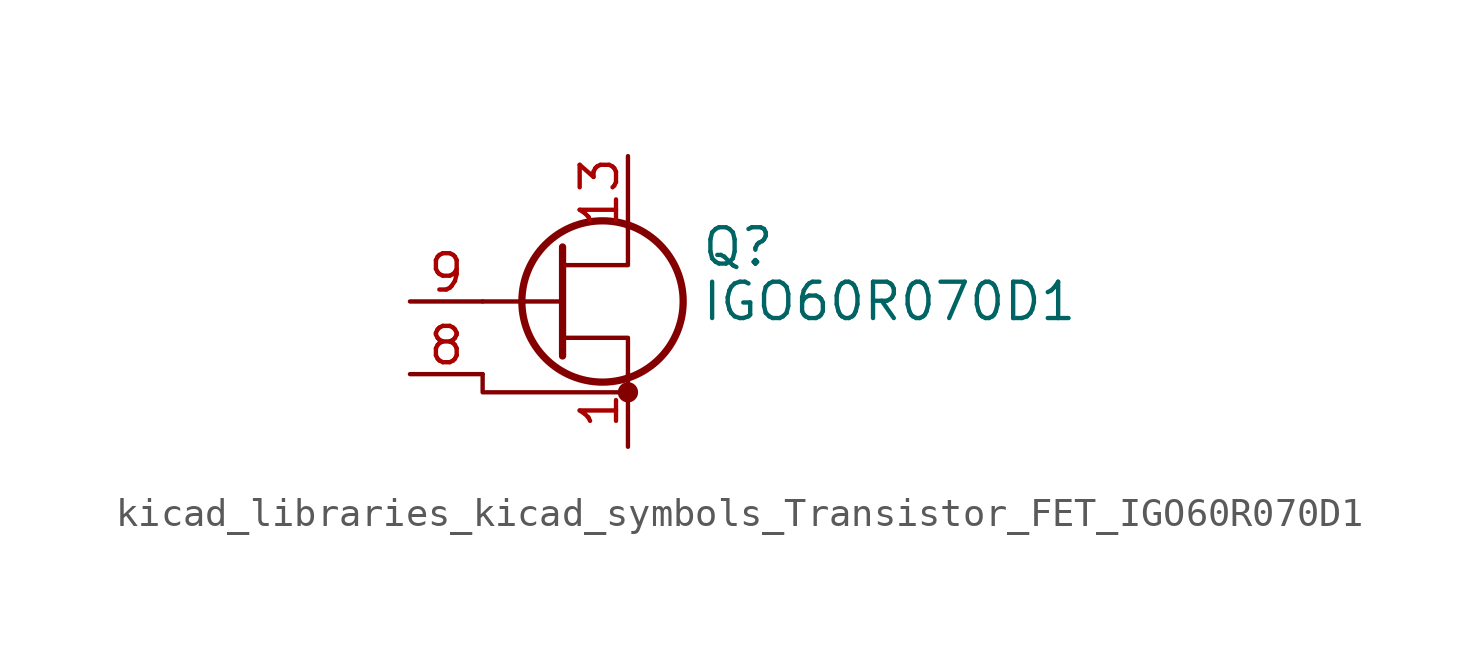
<source format=kicad_sym>
(kicad_symbol_lib
  (version 20220914)
  (generator kicad_symbol_editor)
  (symbol "kicad_libraries_kicad_symbols_Transistor_FET_IGO60R070D1"
    (pin_names
      (offset 0) hide)
    (property "Reference" "Q"
      (at 5.08 1.905 0)
      (effects (font (size 1.27 1.27)) (justify left)))
    (property "Value" "IGO60R070D1"
      (at 5.08 0 0)
      (effects (font (size 1.27 1.27)) (justify left)))
    (symbol "kicad_libraries_kicad_symbols_Transistor_FET_IGO60R070D1_0_1"
      (polyline (pts (xy -2.54 0) (xy 0.254 0)) (stroke (width 0) (type default)) (fill (type none)))
      (polyline (pts (xy -2.54 -2.54) (xy -2.54 -3.175) (xy 2.54 -3.175)) (stroke (width 0) (type default)) (fill (type none)))
      (polyline (pts (xy 0.254 -1.27) (xy 2.54 -1.27) (xy 2.54 -2.54)) (stroke (width 0) (type default)) (fill (type none)))
      (polyline (pts (xy 0.254 1.905) (xy 0.254 -1.905) (xy 0.254 -1.905)) (stroke (width 0.254) (type default)) (fill (type none)))
      (polyline (pts (xy 2.54 2.54) (xy 2.54 1.27) (xy 0.254 1.27)) (stroke (width 0) (type default)) (fill (type none)))
      (circle (center 1.651 0) (radius 2.819) (stroke (width 0.254) (type default)) (fill (type none)))
      (circle (center 2.54 -3.175) (radius 0.279) (stroke (width 0) (type default)) (fill (type outline))))
    (symbol "kicad_libraries_kicad_symbols_Transistor_FET_IGO60R070D1_1_1"
      (pin passive line (at 2.54 -5.08 90) (length 2.54) (name "S" (effects (font (size 1.27 1.27)))) (number "1" (effects (font (size 1.27 1.27)))))
      (pin input line (at -5.08 0 0) (length 2.54) hide (name "G" (effects (font (size 1.27 1.27)))) (number "10" (effects (font (size 1.27 1.27)))))
      (pin passive line (at 2.54 5.08 270) (length 2.54) (name "D" (effects (font (size 1.27 1.27)))) (number "13" (effects (font (size 1.27 1.27)))))
      (pin passive line (at 2.54 5.08 270) (length 2.54) hide (name "D" (effects (font (size 1.27 1.27)))) (number "14" (effects (font (size 1.27 1.27)))))
      (pin passive line (at 2.54 5.08 270) (length 2.54) hide (name "D" (effects (font (size 1.27 1.27)))) (number "15" (effects (font (size 1.27 1.27)))))
      (pin passive line (at 2.54 5.08 270) (length 2.54) hide (name "D" (effects (font (size 1.27 1.27)))) (number "16" (effects (font (size 1.27 1.27)))))
      (pin passive line (at 2.54 5.08 270) (length 2.54) hide (name "D" (effects (font (size 1.27 1.27)))) (number "17" (effects (font (size 1.27 1.27)))))
      (pin passive line (at 2.54 5.08 270) (length 2.54) hide (name "D" (effects (font (size 1.27 1.27)))) (number "18" (effects (font (size 1.27 1.27)))))
      (pin passive line (at 2.54 -5.08 90) (length 2.54) hide (name "S" (effects (font (size 1.27 1.27)))) (number "2" (effects (font (size 1.27 1.27)))))
      (pin passive line (at 2.54 -5.08 90) (length 2.54) hide (name "S" (effects (font (size 1.27 1.27)))) (number "21" (effects (font (size 1.27 1.27)))))
      (pin passive line (at 2.54 -5.08 90) (length 2.54) hide (name "S" (effects (font (size 1.27 1.27)))) (number "3" (effects (font (size 1.27 1.27)))))
      (pin passive line (at 2.54 -5.08 90) (length 2.54) hide (name "S" (effects (font (size 1.27 1.27)))) (number "4" (effects (font (size 1.27 1.27)))))
      (pin passive line (at 2.54 -5.08 90) (length 2.54) hide (name "S" (effects (font (size 1.27 1.27)))) (number "5" (effects (font (size 1.27 1.27)))))
      (pin passive line (at 2.54 -5.08 90) (length 2.54) hide (name "S" (effects (font (size 1.27 1.27)))) (number "6" (effects (font (size 1.27 1.27)))))
      (pin passive line (at 2.54 -5.08 90) (length 2.54) hide (name "S" (effects (font (size 1.27 1.27)))) (number "7" (effects (font (size 1.27 1.27)))))
      (pin passive line (at -5.08 -2.54 0) (length 2.54) (name "SS" (effects (font (size 1.27 1.27)))) (number "8" (effects (font (size 1.27 1.27)))))
      (pin input line (at -5.08 0 0) (length 2.54) (name "G" (effects (font (size 1.27 1.27)))) (number "9" (effects (font (size 1.27 1.27))))))))
</source>
